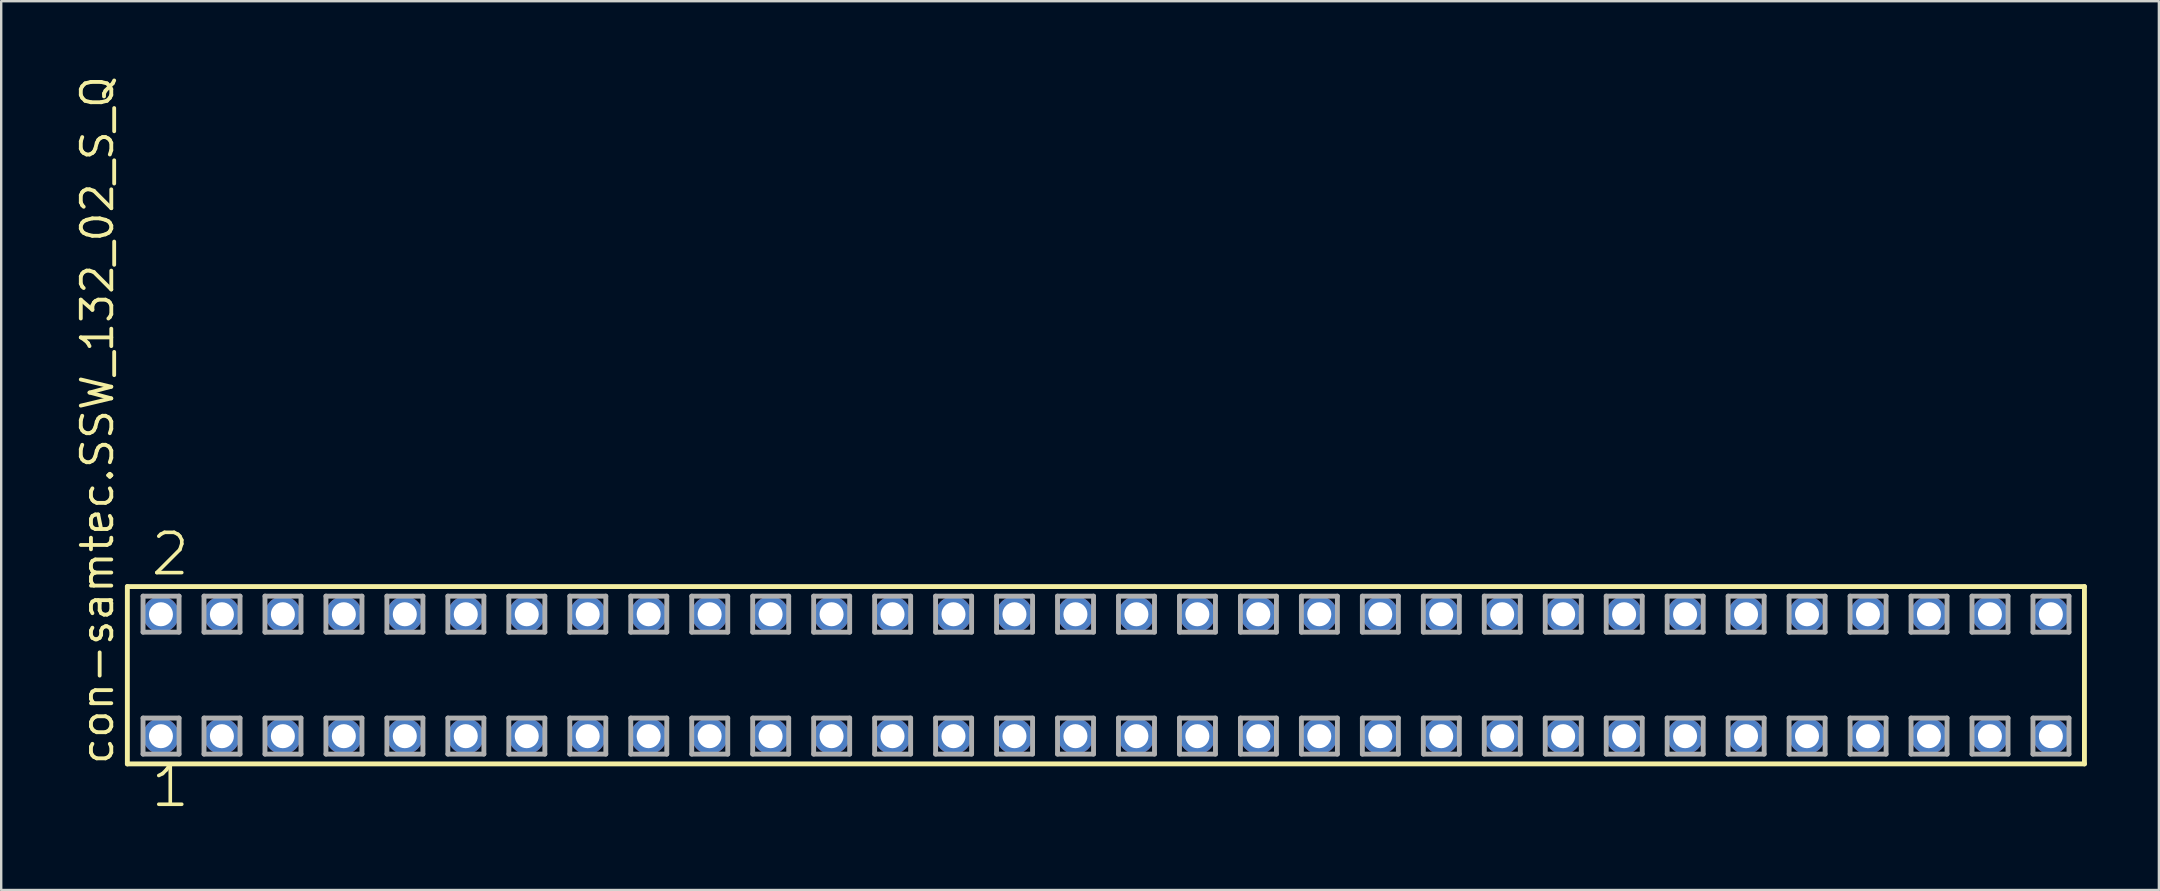
<source format=kicad_pcb>
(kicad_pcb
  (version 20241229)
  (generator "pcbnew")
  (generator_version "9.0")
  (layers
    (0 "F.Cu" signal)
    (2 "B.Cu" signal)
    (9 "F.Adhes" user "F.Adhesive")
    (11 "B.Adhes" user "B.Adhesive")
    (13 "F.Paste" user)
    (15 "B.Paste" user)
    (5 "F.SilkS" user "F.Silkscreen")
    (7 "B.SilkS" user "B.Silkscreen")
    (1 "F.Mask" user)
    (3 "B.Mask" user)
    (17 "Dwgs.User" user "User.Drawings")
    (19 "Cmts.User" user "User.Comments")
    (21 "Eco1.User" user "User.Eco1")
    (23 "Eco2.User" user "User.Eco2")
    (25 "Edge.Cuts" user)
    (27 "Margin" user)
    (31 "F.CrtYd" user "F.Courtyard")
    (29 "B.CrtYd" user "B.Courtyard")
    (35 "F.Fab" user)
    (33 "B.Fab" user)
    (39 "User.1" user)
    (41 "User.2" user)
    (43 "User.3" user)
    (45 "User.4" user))
  (footprint "con-samtec.SSW_132_02_S_Q"
    (layer "F.Cu")
    (at 43.025 25.082)
    (property "Reference" "con-samtec.SSW_132_02_S_Q" (at -41.275 3.81 90) (layer "F.SilkS") (effects (font (size 1.27 1.27) (thickness 0.16)) (justify left bottom)))
    (attr through_hole)
    (fp_line (start -40.769 -3.695) (end 40.769 -3.695) (stroke (width 0.203) (type default)) (layer "F.SilkS"))
    (fp_line (start -40.769 3.695) (end -40.769 -3.695) (stroke (width 0.203) (type default)) (layer "F.SilkS"))
    (fp_line (start 40.769 -3.695) (end 40.769 3.695) (stroke (width 0.203) (type default)) (layer "F.SilkS"))
    (fp_line (start 40.769 3.695) (end -40.769 3.695) (stroke (width 0.203) (type default)) (layer "F.SilkS"))
    (fp_line (start -40.115 -3.295) (end -38.615 -3.295) (stroke (width 0.203) (type default)) (layer "F.Fab"))
    (fp_line (start -40.115 -1.795) (end -40.115 -3.295) (stroke (width 0.203) (type default)) (layer "F.Fab"))
    (fp_line (start -40.115 1.785) (end -38.615 1.785) (stroke (width 0.203) (type default)) (layer "F.Fab"))
    (fp_line (start -40.115 3.285) (end -40.115 1.785) (stroke (width 0.203) (type default)) (layer "F.Fab"))
    (fp_line (start -38.615 -3.295) (end -38.615 -1.795) (stroke (width 0.203) (type default)) (layer "F.Fab"))
    (fp_line (start -38.615 -1.795) (end -40.115 -1.795) (stroke (width 0.203) (type default)) (layer "F.Fab"))
    (fp_line (start -38.615 1.785) (end -38.615 3.285) (stroke (width 0.203) (type default)) (layer "F.Fab"))
    (fp_line (start -38.615 3.285) (end -40.115 3.285) (stroke (width 0.203) (type default)) (layer "F.Fab"))
    (fp_line (start -37.575 -3.295) (end -36.075 -3.295) (stroke (width 0.203) (type default)) (layer "F.Fab"))
    (fp_line (start -37.575 -1.795) (end -37.575 -3.295) (stroke (width 0.203) (type default)) (layer "F.Fab"))
    (fp_line (start -37.575 1.785) (end -36.075 1.785) (stroke (width 0.203) (type default)) (layer "F.Fab"))
    (fp_line (start -37.575 3.285) (end -37.575 1.785) (stroke (width 0.203) (type default)) (layer "F.Fab"))
    (fp_line (start -36.075 -3.295) (end -36.075 -1.795) (stroke (width 0.203) (type default)) (layer "F.Fab"))
    (fp_line (start -36.075 -1.795) (end -37.575 -1.795) (stroke (width 0.203) (type default)) (layer "F.Fab"))
    (fp_line (start -36.075 1.785) (end -36.075 3.285) (stroke (width 0.203) (type default)) (layer "F.Fab"))
    (fp_line (start -36.075 3.285) (end -37.575 3.285) (stroke (width 0.203) (type default)) (layer "F.Fab"))
    (fp_line (start -35.035 -3.295) (end -33.535 -3.295) (stroke (width 0.203) (type default)) (layer "F.Fab"))
    (fp_line (start -35.035 -1.795) (end -35.035 -3.295) (stroke (width 0.203) (type default)) (layer "F.Fab"))
    (fp_line (start -35.035 1.785) (end -33.535 1.785) (stroke (width 0.203) (type default)) (layer "F.Fab"))
    (fp_line (start -35.035 3.285) (end -35.035 1.785) (stroke (width 0.203) (type default)) (layer "F.Fab"))
    (fp_line (start -33.535 -3.295) (end -33.535 -1.795) (stroke (width 0.203) (type default)) (layer "F.Fab"))
    (fp_line (start -33.535 -1.795) (end -35.035 -1.795) (stroke (width 0.203) (type default)) (layer "F.Fab"))
    (fp_line (start -33.535 1.785) (end -33.535 3.285) (stroke (width 0.203) (type default)) (layer "F.Fab"))
    (fp_line (start -33.535 3.285) (end -35.035 3.285) (stroke (width 0.203) (type default)) (layer "F.Fab"))
    (fp_line (start -32.495 -3.295) (end -30.995 -3.295) (stroke (width 0.203) (type default)) (layer "F.Fab"))
    (fp_line (start -32.495 -1.795) (end -32.495 -3.295) (stroke (width 0.203) (type default)) (layer "F.Fab"))
    (fp_line (start -32.495 1.785) (end -30.995 1.785) (stroke (width 0.203) (type default)) (layer "F.Fab"))
    (fp_line (start -32.495 3.285) (end -32.495 1.785) (stroke (width 0.203) (type default)) (layer "F.Fab"))
    (fp_line (start -30.995 -3.295) (end -30.995 -1.795) (stroke (width 0.203) (type default)) (layer "F.Fab"))
    (fp_line (start -30.995 -1.795) (end -32.495 -1.795) (stroke (width 0.203) (type default)) (layer "F.Fab"))
    (fp_line (start -30.995 1.785) (end -30.995 3.285) (stroke (width 0.203) (type default)) (layer "F.Fab"))
    (fp_line (start -30.995 3.285) (end -32.495 3.285) (stroke (width 0.203) (type default)) (layer "F.Fab"))
    (fp_line (start -29.955 -3.295) (end -28.455 -3.295) (stroke (width 0.203) (type default)) (layer "F.Fab"))
    (fp_line (start -29.955 -1.795) (end -29.955 -3.295) (stroke (width 0.203) (type default)) (layer "F.Fab"))
    (fp_line (start -29.955 1.785) (end -28.455 1.785) (stroke (width 0.203) (type default)) (layer "F.Fab"))
    (fp_line (start -29.955 3.285) (end -29.955 1.785) (stroke (width 0.203) (type default)) (layer "F.Fab"))
    (fp_line (start -28.455 -3.295) (end -28.455 -1.795) (stroke (width 0.203) (type default)) (layer "F.Fab"))
    (fp_line (start -28.455 -1.795) (end -29.955 -1.795) (stroke (width 0.203) (type default)) (layer "F.Fab"))
    (fp_line (start -28.455 1.785) (end -28.455 3.285) (stroke (width 0.203) (type default)) (layer "F.Fab"))
    (fp_line (start -28.455 3.285) (end -29.955 3.285) (stroke (width 0.203) (type default)) (layer "F.Fab"))
    (fp_line (start -27.415 -3.295) (end -25.915 -3.295) (stroke (width 0.203) (type default)) (layer "F.Fab"))
    (fp_line (start -27.415 -1.795) (end -27.415 -3.295) (stroke (width 0.203) (type default)) (layer "F.Fab"))
    (fp_line (start -27.415 1.785) (end -25.915 1.785) (stroke (width 0.203) (type default)) (layer "F.Fab"))
    (fp_line (start -27.415 3.285) (end -27.415 1.785) (stroke (width 0.203) (type default)) (layer "F.Fab"))
    (fp_line (start -25.915 -3.295) (end -25.915 -1.795) (stroke (width 0.203) (type default)) (layer "F.Fab"))
    (fp_line (start -25.915 -1.795) (end -27.415 -1.795) (stroke (width 0.203) (type default)) (layer "F.Fab"))
    (fp_line (start -25.915 1.785) (end -25.915 3.285) (stroke (width 0.203) (type default)) (layer "F.Fab"))
    (fp_line (start -25.915 3.285) (end -27.415 3.285) (stroke (width 0.203) (type default)) (layer "F.Fab"))
    (fp_line (start -24.875 -3.295) (end -23.375 -3.295) (stroke (width 0.203) (type default)) (layer "F.Fab"))
    (fp_line (start -24.875 -1.795) (end -24.875 -3.295) (stroke (width 0.203) (type default)) (layer "F.Fab"))
    (fp_line (start -24.875 1.785) (end -23.375 1.785) (stroke (width 0.203) (type default)) (layer "F.Fab"))
    (fp_line (start -24.875 3.285) (end -24.875 1.785) (stroke (width 0.203) (type default)) (layer "F.Fab"))
    (fp_line (start -23.375 -3.295) (end -23.375 -1.795) (stroke (width 0.203) (type default)) (layer "F.Fab"))
    (fp_line (start -23.375 -1.795) (end -24.875 -1.795) (stroke (width 0.203) (type default)) (layer "F.Fab"))
    (fp_line (start -23.375 1.785) (end -23.375 3.285) (stroke (width 0.203) (type default)) (layer "F.Fab"))
    (fp_line (start -23.375 3.285) (end -24.875 3.285) (stroke (width 0.203) (type default)) (layer "F.Fab"))
    (fp_line (start -22.335 -3.295) (end -20.835 -3.295) (stroke (width 0.203) (type default)) (layer "F.Fab"))
    (fp_line (start -22.335 -1.795) (end -22.335 -3.295) (stroke (width 0.203) (type default)) (layer "F.Fab"))
    (fp_line (start -22.335 1.785) (end -20.835 1.785) (stroke (width 0.203) (type default)) (layer "F.Fab"))
    (fp_line (start -22.335 3.285) (end -22.335 1.785) (stroke (width 0.203) (type default)) (layer "F.Fab"))
    (fp_line (start -20.835 -3.295) (end -20.835 -1.795) (stroke (width 0.203) (type default)) (layer "F.Fab"))
    (fp_line (start -20.835 -1.795) (end -22.335 -1.795) (stroke (width 0.203) (type default)) (layer "F.Fab"))
    (fp_line (start -20.835 1.785) (end -20.835 3.285) (stroke (width 0.203) (type default)) (layer "F.Fab"))
    (fp_line (start -20.835 3.285) (end -22.335 3.285) (stroke (width 0.203) (type default)) (layer "F.Fab"))
    (fp_line (start -19.795 -3.295) (end -18.295 -3.295) (stroke (width 0.203) (type default)) (layer "F.Fab"))
    (fp_line (start -19.795 -1.795) (end -19.795 -3.295) (stroke (width 0.203) (type default)) (layer "F.Fab"))
    (fp_line (start -19.795 1.785) (end -18.295 1.785) (stroke (width 0.203) (type default)) (layer "F.Fab"))
    (fp_line (start -19.795 3.285) (end -19.795 1.785) (stroke (width 0.203) (type default)) (layer "F.Fab"))
    (fp_line (start -18.295 -3.295) (end -18.295 -1.795) (stroke (width 0.203) (type default)) (layer "F.Fab"))
    (fp_line (start -18.295 -1.795) (end -19.795 -1.795) (stroke (width 0.203) (type default)) (layer "F.Fab"))
    (fp_line (start -18.295 1.785) (end -18.295 3.285) (stroke (width 0.203) (type default)) (layer "F.Fab"))
    (fp_line (start -18.295 3.285) (end -19.795 3.285) (stroke (width 0.203) (type default)) (layer "F.Fab"))
    (fp_line (start -17.255 -3.295) (end -15.755 -3.295) (stroke (width 0.203) (type default)) (layer "F.Fab"))
    (fp_line (start -17.255 -1.795) (end -17.255 -3.295) (stroke (width 0.203) (type default)) (layer "F.Fab"))
    (fp_line (start -17.255 1.785) (end -15.755 1.785) (stroke (width 0.203) (type default)) (layer "F.Fab"))
    (fp_line (start -17.255 3.285) (end -17.255 1.785) (stroke (width 0.203) (type default)) (layer "F.Fab"))
    (fp_line (start -15.755 -3.295) (end -15.755 -1.795) (stroke (width 0.203) (type default)) (layer "F.Fab"))
    (fp_line (start -15.755 -1.795) (end -17.255 -1.795) (stroke (width 0.203) (type default)) (layer "F.Fab"))
    (fp_line (start -15.755 1.785) (end -15.755 3.285) (stroke (width 0.203) (type default)) (layer "F.Fab"))
    (fp_line (start -15.755 3.285) (end -17.255 3.285) (stroke (width 0.203) (type default)) (layer "F.Fab"))
    (fp_line (start -14.715 -3.295) (end -13.215 -3.295) (stroke (width 0.203) (type default)) (layer "F.Fab"))
    (fp_line (start -14.715 -1.795) (end -14.715 -3.295) (stroke (width 0.203) (type default)) (layer "F.Fab"))
    (fp_line (start -14.715 1.785) (end -13.215 1.785) (stroke (width 0.203) (type default)) (layer "F.Fab"))
    (fp_line (start -14.715 3.285) (end -14.715 1.785) (stroke (width 0.203) (type default)) (layer "F.Fab"))
    (fp_line (start -13.215 -3.295) (end -13.215 -1.795) (stroke (width 0.203) (type default)) (layer "F.Fab"))
    (fp_line (start -13.215 -1.795) (end -14.715 -1.795) (stroke (width 0.203) (type default)) (layer "F.Fab"))
    (fp_line (start -13.215 1.785) (end -13.215 3.285) (stroke (width 0.203) (type default)) (layer "F.Fab"))
    (fp_line (start -13.215 3.285) (end -14.715 3.285) (stroke (width 0.203) (type default)) (layer "F.Fab"))
    (fp_line (start -12.175 -3.295) (end -10.675 -3.295) (stroke (width 0.203) (type default)) (layer "F.Fab"))
    (fp_line (start -12.175 -1.795) (end -12.175 -3.295) (stroke (width 0.203) (type default)) (layer "F.Fab"))
    (fp_line (start -12.175 1.785) (end -10.675 1.785) (stroke (width 0.203) (type default)) (layer "F.Fab"))
    (fp_line (start -12.175 3.285) (end -12.175 1.785) (stroke (width 0.203) (type default)) (layer "F.Fab"))
    (fp_line (start -10.675 -3.295) (end -10.675 -1.795) (stroke (width 0.203) (type default)) (layer "F.Fab"))
    (fp_line (start -10.675 -1.795) (end -12.175 -1.795) (stroke (width 0.203) (type default)) (layer "F.Fab"))
    (fp_line (start -10.675 1.785) (end -10.675 3.285) (stroke (width 0.203) (type default)) (layer "F.Fab"))
    (fp_line (start -10.675 3.285) (end -12.175 3.285) (stroke (width 0.203) (type default)) (layer "F.Fab"))
    (fp_line (start -9.635 -3.295) (end -8.135 -3.295) (stroke (width 0.203) (type default)) (layer "F.Fab"))
    (fp_line (start -9.635 -1.795) (end -9.635 -3.295) (stroke (width 0.203) (type default)) (layer "F.Fab"))
    (fp_line (start -9.635 1.785) (end -8.135 1.785) (stroke (width 0.203) (type default)) (layer "F.Fab"))
    (fp_line (start -9.635 3.285) (end -9.635 1.785) (stroke (width 0.203) (type default)) (layer "F.Fab"))
    (fp_line (start -8.135 -3.295) (end -8.135 -1.795) (stroke (width 0.203) (type default)) (layer "F.Fab"))
    (fp_line (start -8.135 -1.795) (end -9.635 -1.795) (stroke (width 0.203) (type default)) (layer "F.Fab"))
    (fp_line (start -8.135 1.785) (end -8.135 3.285) (stroke (width 0.203) (type default)) (layer "F.Fab"))
    (fp_line (start -8.135 3.285) (end -9.635 3.285) (stroke (width 0.203) (type default)) (layer "F.Fab"))
    (fp_line (start -7.095 -3.295) (end -5.595 -3.295) (stroke (width 0.203) (type default)) (layer "F.Fab"))
    (fp_line (start -7.095 -1.795) (end -7.095 -3.295) (stroke (width 0.203) (type default)) (layer "F.Fab"))
    (fp_line (start -7.095 1.785) (end -5.595 1.785) (stroke (width 0.203) (type default)) (layer "F.Fab"))
    (fp_line (start -7.095 3.285) (end -7.095 1.785) (stroke (width 0.203) (type default)) (layer "F.Fab"))
    (fp_line (start -5.595 -3.295) (end -5.595 -1.795) (stroke (width 0.203) (type default)) (layer "F.Fab"))
    (fp_line (start -5.595 -1.795) (end -7.095 -1.795) (stroke (width 0.203) (type default)) (layer "F.Fab"))
    (fp_line (start -5.595 1.785) (end -5.595 3.285) (stroke (width 0.203) (type default)) (layer "F.Fab"))
    (fp_line (start -5.595 3.285) (end -7.095 3.285) (stroke (width 0.203) (type default)) (layer "F.Fab"))
    (fp_line (start -4.555 -3.295) (end -3.055 -3.295) (stroke (width 0.203) (type default)) (layer "F.Fab"))
    (fp_line (start -4.555 -1.795) (end -4.555 -3.295) (stroke (width 0.203) (type default)) (layer "F.Fab"))
    (fp_line (start -4.555 1.785) (end -3.055 1.785) (stroke (width 0.203) (type default)) (layer "F.Fab"))
    (fp_line (start -4.555 3.285) (end -4.555 1.785) (stroke (width 0.203) (type default)) (layer "F.Fab"))
    (fp_line (start -3.055 -3.295) (end -3.055 -1.795) (stroke (width 0.203) (type default)) (layer "F.Fab"))
    (fp_line (start -3.055 -1.795) (end -4.555 -1.795) (stroke (width 0.203) (type default)) (layer "F.Fab"))
    (fp_line (start -3.055 1.785) (end -3.055 3.285) (stroke (width 0.203) (type default)) (layer "F.Fab"))
    (fp_line (start -3.055 3.285) (end -4.555 3.285) (stroke (width 0.203) (type default)) (layer "F.Fab"))
    (fp_line (start -2.015 -3.295) (end -0.515 -3.295) (stroke (width 0.203) (type default)) (layer "F.Fab"))
    (fp_line (start -2.015 -1.795) (end -2.015 -3.295) (stroke (width 0.203) (type default)) (layer "F.Fab"))
    (fp_line (start -2.015 1.785) (end -0.515 1.785) (stroke (width 0.203) (type default)) (layer "F.Fab"))
    (fp_line (start -2.015 3.285) (end -2.015 1.785) (stroke (width 0.203) (type default)) (layer "F.Fab"))
    (fp_line (start -0.515 -3.295) (end -0.515 -1.795) (stroke (width 0.203) (type default)) (layer "F.Fab"))
    (fp_line (start -0.515 -1.795) (end -2.015 -1.795) (stroke (width 0.203) (type default)) (layer "F.Fab"))
    (fp_line (start -0.515 1.785) (end -0.515 3.285) (stroke (width 0.203) (type default)) (layer "F.Fab"))
    (fp_line (start -0.515 3.285) (end -2.015 3.285) (stroke (width 0.203) (type default)) (layer "F.Fab"))
    (fp_line (start 0.525 -3.295) (end 2.025 -3.295) (stroke (width 0.203) (type default)) (layer "F.Fab"))
    (fp_line (start 0.525 -1.795) (end 0.525 -3.295) (stroke (width 0.203) (type default)) (layer "F.Fab"))
    (fp_line (start 0.525 1.785) (end 2.025 1.785) (stroke (width 0.203) (type default)) (layer "F.Fab"))
    (fp_line (start 0.525 3.285) (end 0.525 1.785) (stroke (width 0.203) (type default)) (layer "F.Fab"))
    (fp_line (start 2.025 -3.295) (end 2.025 -1.795) (stroke (width 0.203) (type default)) (layer "F.Fab"))
    (fp_line (start 2.025 -1.795) (end 0.525 -1.795) (stroke (width 0.203) (type default)) (layer "F.Fab"))
    (fp_line (start 2.025 1.785) (end 2.025 3.285) (stroke (width 0.203) (type default)) (layer "F.Fab"))
    (fp_line (start 2.025 3.285) (end 0.525 3.285) (stroke (width 0.203) (type default)) (layer "F.Fab"))
    (fp_line (start 3.065 -3.295) (end 4.565 -3.295) (stroke (width 0.203) (type default)) (layer "F.Fab"))
    (fp_line (start 3.065 -1.795) (end 3.065 -3.295) (stroke (width 0.203) (type default)) (layer "F.Fab"))
    (fp_line (start 3.065 1.785) (end 4.565 1.785) (stroke (width 0.203) (type default)) (layer "F.Fab"))
    (fp_line (start 3.065 3.285) (end 3.065 1.785) (stroke (width 0.203) (type default)) (layer "F.Fab"))
    (fp_line (start 4.565 -3.295) (end 4.565 -1.795) (stroke (width 0.203) (type default)) (layer "F.Fab"))
    (fp_line (start 4.565 -1.795) (end 3.065 -1.795) (stroke (width 0.203) (type default)) (layer "F.Fab"))
    (fp_line (start 4.565 1.785) (end 4.565 3.285) (stroke (width 0.203) (type default)) (layer "F.Fab"))
    (fp_line (start 4.565 3.285) (end 3.065 3.285) (stroke (width 0.203) (type default)) (layer "F.Fab"))
    (fp_line (start 5.605 -3.295) (end 7.105 -3.295) (stroke (width 0.203) (type default)) (layer "F.Fab"))
    (fp_line (start 5.605 -1.795) (end 5.605 -3.295) (stroke (width 0.203) (type default)) (layer "F.Fab"))
    (fp_line (start 5.605 1.785) (end 7.105 1.785) (stroke (width 0.203) (type default)) (layer "F.Fab"))
    (fp_line (start 5.605 3.285) (end 5.605 1.785) (stroke (width 0.203) (type default)) (layer "F.Fab"))
    (fp_line (start 7.105 -3.295) (end 7.105 -1.795) (stroke (width 0.203) (type default)) (layer "F.Fab"))
    (fp_line (start 7.105 -1.795) (end 5.605 -1.795) (stroke (width 0.203) (type default)) (layer "F.Fab"))
    (fp_line (start 7.105 1.785) (end 7.105 3.285) (stroke (width 0.203) (type default)) (layer "F.Fab"))
    (fp_line (start 7.105 3.285) (end 5.605 3.285) (stroke (width 0.203) (type default)) (layer "F.Fab"))
    (fp_line (start 8.145 -3.295) (end 9.645 -3.295) (stroke (width 0.203) (type default)) (layer "F.Fab"))
    (fp_line (start 8.145 -1.795) (end 8.145 -3.295) (stroke (width 0.203) (type default)) (layer "F.Fab"))
    (fp_line (start 8.145 1.785) (end 9.645 1.785) (stroke (width 0.203) (type default)) (layer "F.Fab"))
    (fp_line (start 8.145 3.285) (end 8.145 1.785) (stroke (width 0.203) (type default)) (layer "F.Fab"))
    (fp_line (start 9.645 -3.295) (end 9.645 -1.795) (stroke (width 0.203) (type default)) (layer "F.Fab"))
    (fp_line (start 9.645 -1.795) (end 8.145 -1.795) (stroke (width 0.203) (type default)) (layer "F.Fab"))
    (fp_line (start 9.645 1.785) (end 9.645 3.285) (stroke (width 0.203) (type default)) (layer "F.Fab"))
    (fp_line (start 9.645 3.285) (end 8.145 3.285) (stroke (width 0.203) (type default)) (layer "F.Fab"))
    (fp_line (start 10.685 -3.295) (end 12.185 -3.295) (stroke (width 0.203) (type default)) (layer "F.Fab"))
    (fp_line (start 10.685 -1.795) (end 10.685 -3.295) (stroke (width 0.203) (type default)) (layer "F.Fab"))
    (fp_line (start 10.685 1.785) (end 12.185 1.785) (stroke (width 0.203) (type default)) (layer "F.Fab"))
    (fp_line (start 10.685 3.285) (end 10.685 1.785) (stroke (width 0.203) (type default)) (layer "F.Fab"))
    (fp_line (start 12.185 -3.295) (end 12.185 -1.795) (stroke (width 0.203) (type default)) (layer "F.Fab"))
    (fp_line (start 12.185 -1.795) (end 10.685 -1.795) (stroke (width 0.203) (type default)) (layer "F.Fab"))
    (fp_line (start 12.185 1.785) (end 12.185 3.285) (stroke (width 0.203) (type default)) (layer "F.Fab"))
    (fp_line (start 12.185 3.285) (end 10.685 3.285) (stroke (width 0.203) (type default)) (layer "F.Fab"))
    (fp_line (start 13.225 -3.295) (end 14.725 -3.295) (stroke (width 0.203) (type default)) (layer "F.Fab"))
    (fp_line (start 13.225 -1.795) (end 13.225 -3.295) (stroke (width 0.203) (type default)) (layer "F.Fab"))
    (fp_line (start 13.225 1.785) (end 14.725 1.785) (stroke (width 0.203) (type default)) (layer "F.Fab"))
    (fp_line (start 13.225 3.285) (end 13.225 1.785) (stroke (width 0.203) (type default)) (layer "F.Fab"))
    (fp_line (start 14.725 -3.295) (end 14.725 -1.795) (stroke (width 0.203) (type default)) (layer "F.Fab"))
    (fp_line (start 14.725 -1.795) (end 13.225 -1.795) (stroke (width 0.203) (type default)) (layer "F.Fab"))
    (fp_line (start 14.725 1.785) (end 14.725 3.285) (stroke (width 0.203) (type default)) (layer "F.Fab"))
    (fp_line (start 14.725 3.285) (end 13.225 3.285) (stroke (width 0.203) (type default)) (layer "F.Fab"))
    (fp_line (start 15.765 -3.295) (end 17.265 -3.295) (stroke (width 0.203) (type default)) (layer "F.Fab"))
    (fp_line (start 15.765 -1.795) (end 15.765 -3.295) (stroke (width 0.203) (type default)) (layer "F.Fab"))
    (fp_line (start 15.765 1.785) (end 17.265 1.785) (stroke (width 0.203) (type default)) (layer "F.Fab"))
    (fp_line (start 15.765 3.285) (end 15.765 1.785) (stroke (width 0.203) (type default)) (layer "F.Fab"))
    (fp_line (start 17.265 -3.295) (end 17.265 -1.795) (stroke (width 0.203) (type default)) (layer "F.Fab"))
    (fp_line (start 17.265 -1.795) (end 15.765 -1.795) (stroke (width 0.203) (type default)) (layer "F.Fab"))
    (fp_line (start 17.265 1.785) (end 17.265 3.285) (stroke (width 0.203) (type default)) (layer "F.Fab"))
    (fp_line (start 17.265 3.285) (end 15.765 3.285) (stroke (width 0.203) (type default)) (layer "F.Fab"))
    (fp_line (start 18.305 -3.295) (end 19.805 -3.295) (stroke (width 0.203) (type default)) (layer "F.Fab"))
    (fp_line (start 18.305 -1.795) (end 18.305 -3.295) (stroke (width 0.203) (type default)) (layer "F.Fab"))
    (fp_line (start 18.305 1.785) (end 19.805 1.785) (stroke (width 0.203) (type default)) (layer "F.Fab"))
    (fp_line (start 18.305 3.285) (end 18.305 1.785) (stroke (width 0.203) (type default)) (layer "F.Fab"))
    (fp_line (start 19.805 -3.295) (end 19.805 -1.795) (stroke (width 0.203) (type default)) (layer "F.Fab"))
    (fp_line (start 19.805 -1.795) (end 18.305 -1.795) (stroke (width 0.203) (type default)) (layer "F.Fab"))
    (fp_line (start 19.805 1.785) (end 19.805 3.285) (stroke (width 0.203) (type default)) (layer "F.Fab"))
    (fp_line (start 19.805 3.285) (end 18.305 3.285) (stroke (width 0.203) (type default)) (layer "F.Fab"))
    (fp_line (start 20.845 -3.295) (end 22.345 -3.295) (stroke (width 0.203) (type default)) (layer "F.Fab"))
    (fp_line (start 20.845 -1.795) (end 20.845 -3.295) (stroke (width 0.203) (type default)) (layer "F.Fab"))
    (fp_line (start 20.845 1.785) (end 22.345 1.785) (stroke (width 0.203) (type default)) (layer "F.Fab"))
    (fp_line (start 20.845 3.285) (end 20.845 1.785) (stroke (width 0.203) (type default)) (layer "F.Fab"))
    (fp_line (start 22.345 -3.295) (end 22.345 -1.795) (stroke (width 0.203) (type default)) (layer "F.Fab"))
    (fp_line (start 22.345 -1.795) (end 20.845 -1.795) (stroke (width 0.203) (type default)) (layer "F.Fab"))
    (fp_line (start 22.345 1.785) (end 22.345 3.285) (stroke (width 0.203) (type default)) (layer "F.Fab"))
    (fp_line (start 22.345 3.285) (end 20.845 3.285) (stroke (width 0.203) (type default)) (layer "F.Fab"))
    (fp_line (start 23.385 -3.295) (end 24.885 -3.295) (stroke (width 0.203) (type default)) (layer "F.Fab"))
    (fp_line (start 23.385 -1.795) (end 23.385 -3.295) (stroke (width 0.203) (type default)) (layer "F.Fab"))
    (fp_line (start 23.385 1.785) (end 24.885 1.785) (stroke (width 0.203) (type default)) (layer "F.Fab"))
    (fp_line (start 23.385 3.285) (end 23.385 1.785) (stroke (width 0.203) (type default)) (layer "F.Fab"))
    (fp_line (start 24.885 -3.295) (end 24.885 -1.795) (stroke (width 0.203) (type default)) (layer "F.Fab"))
    (fp_line (start 24.885 -1.795) (end 23.385 -1.795) (stroke (width 0.203) (type default)) (layer "F.Fab"))
    (fp_line (start 24.885 1.785) (end 24.885 3.285) (stroke (width 0.203) (type default)) (layer "F.Fab"))
    (fp_line (start 24.885 3.285) (end 23.385 3.285) (stroke (width 0.203) (type default)) (layer "F.Fab"))
    (fp_line (start 25.925 -3.295) (end 27.425 -3.295) (stroke (width 0.203) (type default)) (layer "F.Fab"))
    (fp_line (start 25.925 -1.795) (end 25.925 -3.295) (stroke (width 0.203) (type default)) (layer "F.Fab"))
    (fp_line (start 25.925 1.785) (end 27.425 1.785) (stroke (width 0.203) (type default)) (layer "F.Fab"))
    (fp_line (start 25.925 3.285) (end 25.925 1.785) (stroke (width 0.203) (type default)) (layer "F.Fab"))
    (fp_line (start 27.425 -3.295) (end 27.425 -1.795) (stroke (width 0.203) (type default)) (layer "F.Fab"))
    (fp_line (start 27.425 -1.795) (end 25.925 -1.795) (stroke (width 0.203) (type default)) (layer "F.Fab"))
    (fp_line (start 27.425 1.785) (end 27.425 3.285) (stroke (width 0.203) (type default)) (layer "F.Fab"))
    (fp_line (start 27.425 3.285) (end 25.925 3.285) (stroke (width 0.203) (type default)) (layer "F.Fab"))
    (fp_line (start 28.465 -3.295) (end 29.965 -3.295) (stroke (width 0.203) (type default)) (layer "F.Fab"))
    (fp_line (start 28.465 -1.795) (end 28.465 -3.295) (stroke (width 0.203) (type default)) (layer "F.Fab"))
    (fp_line (start 28.465 1.785) (end 29.965 1.785) (stroke (width 0.203) (type default)) (layer "F.Fab"))
    (fp_line (start 28.465 3.285) (end 28.465 1.785) (stroke (width 0.203) (type default)) (layer "F.Fab"))
    (fp_line (start 29.965 -3.295) (end 29.965 -1.795) (stroke (width 0.203) (type default)) (layer "F.Fab"))
    (fp_line (start 29.965 -1.795) (end 28.465 -1.795) (stroke (width 0.203) (type default)) (layer "F.Fab"))
    (fp_line (start 29.965 1.785) (end 29.965 3.285) (stroke (width 0.203) (type default)) (layer "F.Fab"))
    (fp_line (start 29.965 3.285) (end 28.465 3.285) (stroke (width 0.203) (type default)) (layer "F.Fab"))
    (fp_line (start 31.005 -3.295) (end 32.505 -3.295) (stroke (width 0.203) (type default)) (layer "F.Fab"))
    (fp_line (start 31.005 -1.795) (end 31.005 -3.295) (stroke (width 0.203) (type default)) (layer "F.Fab"))
    (fp_line (start 31.005 1.785) (end 32.505 1.785) (stroke (width 0.203) (type default)) (layer "F.Fab"))
    (fp_line (start 31.005 3.285) (end 31.005 1.785) (stroke (width 0.203) (type default)) (layer "F.Fab"))
    (fp_line (start 32.505 -3.295) (end 32.505 -1.795) (stroke (width 0.203) (type default)) (layer "F.Fab"))
    (fp_line (start 32.505 -1.795) (end 31.005 -1.795) (stroke (width 0.203) (type default)) (layer "F.Fab"))
    (fp_line (start 32.505 1.785) (end 32.505 3.285) (stroke (width 0.203) (type default)) (layer "F.Fab"))
    (fp_line (start 32.505 3.285) (end 31.005 3.285) (stroke (width 0.203) (type default)) (layer "F.Fab"))
    (fp_line (start 33.545 -3.295) (end 35.045 -3.295) (stroke (width 0.203) (type default)) (layer "F.Fab"))
    (fp_line (start 33.545 -1.795) (end 33.545 -3.295) (stroke (width 0.203) (type default)) (layer "F.Fab"))
    (fp_line (start 33.545 1.785) (end 35.045 1.785) (stroke (width 0.203) (type default)) (layer "F.Fab"))
    (fp_line (start 33.545 3.285) (end 33.545 1.785) (stroke (width 0.203) (type default)) (layer "F.Fab"))
    (fp_line (start 35.045 -3.295) (end 35.045 -1.795) (stroke (width 0.203) (type default)) (layer "F.Fab"))
    (fp_line (start 35.045 -1.795) (end 33.545 -1.795) (stroke (width 0.203) (type default)) (layer "F.Fab"))
    (fp_line (start 35.045 1.785) (end 35.045 3.285) (stroke (width 0.203) (type default)) (layer "F.Fab"))
    (fp_line (start 35.045 3.285) (end 33.545 3.285) (stroke (width 0.203) (type default)) (layer "F.Fab"))
    (fp_line (start 36.085 -3.295) (end 37.585 -3.295) (stroke (width 0.203) (type default)) (layer "F.Fab"))
    (fp_line (start 36.085 -1.795) (end 36.085 -3.295) (stroke (width 0.203) (type default)) (layer "F.Fab"))
    (fp_line (start 36.085 1.785) (end 37.585 1.785) (stroke (width 0.203) (type default)) (layer "F.Fab"))
    (fp_line (start 36.085 3.285) (end 36.085 1.785) (stroke (width 0.203) (type default)) (layer "F.Fab"))
    (fp_line (start 37.585 -3.295) (end 37.585 -1.795) (stroke (width 0.203) (type default)) (layer "F.Fab"))
    (fp_line (start 37.585 -1.795) (end 36.085 -1.795) (stroke (width 0.203) (type default)) (layer "F.Fab"))
    (fp_line (start 37.585 1.785) (end 37.585 3.285) (stroke (width 0.203) (type default)) (layer "F.Fab"))
    (fp_line (start 37.585 3.285) (end 36.085 3.285) (stroke (width 0.203) (type default)) (layer "F.Fab"))
    (fp_line (start 38.625 -3.295) (end 40.125 -3.295) (stroke (width 0.203) (type default)) (layer "F.Fab"))
    (fp_line (start 38.625 -1.795) (end 38.625 -3.295) (stroke (width 0.203) (type default)) (layer "F.Fab"))
    (fp_line (start 38.625 1.785) (end 40.125 1.785) (stroke (width 0.203) (type default)) (layer "F.Fab"))
    (fp_line (start 38.625 3.285) (end 38.625 1.785) (stroke (width 0.203) (type default)) (layer "F.Fab"))
    (fp_line (start 40.125 -3.295) (end 40.125 -1.795) (stroke (width 0.203) (type default)) (layer "F.Fab"))
    (fp_line (start 40.125 -1.795) (end 38.625 -1.795) (stroke (width 0.203) (type default)) (layer "F.Fab"))
    (fp_line (start 40.125 1.785) (end 40.125 3.285) (stroke (width 0.203) (type default)) (layer "F.Fab"))
    (fp_line (start 40.125 3.285) (end 38.625 3.285) (stroke (width 0.203) (type default)) (layer "F.Fab"))
    (fp_text user "1" (at -39.878 5.588 0) (layer "F.SilkS") (effects (font (size 1.676 1.676) (thickness 0.15)) (justify left bottom)))
    (fp_text user "2" (at -39.878 -4.064 0) (layer "F.SilkS") (effects (font (size 1.676 1.676) (thickness 0.15)) (justify left bottom)))
    (pad "1" thru_hole circle (at -39.37 2.54) (size 1.5 1.5) (drill 1) (layers "*.Cu" "*.Mask"))
    (pad "2" thru_hole circle (at -39.37 -2.54) (size 1.5 1.5) (drill 1) (layers "*.Cu" "*.Mask"))
    (pad "3" thru_hole circle (at -36.83 2.54) (size 1.5 1.5) (drill 1) (layers "*.Cu" "*.Mask"))
    (pad "4" thru_hole circle (at -36.83 -2.54) (size 1.5 1.5) (drill 1) (layers "*.Cu" "*.Mask"))
    (pad "5" thru_hole circle (at -34.29 2.54) (size 1.5 1.5) (drill 1) (layers "*.Cu" "*.Mask"))
    (pad "6" thru_hole circle (at -34.29 -2.54) (size 1.5 1.5) (drill 1) (layers "*.Cu" "*.Mask"))
    (pad "7" thru_hole circle (at -31.75 2.54) (size 1.5 1.5) (drill 1) (layers "*.Cu" "*.Mask"))
    (pad "8" thru_hole circle (at -31.75 -2.54) (size 1.5 1.5) (drill 1) (layers "*.Cu" "*.Mask"))
    (pad "9" thru_hole circle (at -29.21 2.54) (size 1.5 1.5) (drill 1) (layers "*.Cu" "*.Mask"))
    (pad "10" thru_hole circle (at -29.21 -2.54) (size 1.5 1.5) (drill 1) (layers "*.Cu" "*.Mask"))
    (pad "11" thru_hole circle (at -26.67 2.54) (size 1.5 1.5) (drill 1) (layers "*.Cu" "*.Mask"))
    (pad "12" thru_hole circle (at -26.67 -2.54) (size 1.5 1.5) (drill 1) (layers "*.Cu" "*.Mask"))
    (pad "13" thru_hole circle (at -24.13 2.54) (size 1.5 1.5) (drill 1) (layers "*.Cu" "*.Mask"))
    (pad "14" thru_hole circle (at -24.13 -2.54) (size 1.5 1.5) (drill 1) (layers "*.Cu" "*.Mask"))
    (pad "15" thru_hole circle (at -21.59 2.54) (size 1.5 1.5) (drill 1) (layers "*.Cu" "*.Mask"))
    (pad "16" thru_hole circle (at -21.59 -2.54) (size 1.5 1.5) (drill 1) (layers "*.Cu" "*.Mask"))
    (pad "17" thru_hole circle (at -19.05 2.54) (size 1.5 1.5) (drill 1) (layers "*.Cu" "*.Mask"))
    (pad "18" thru_hole circle (at -19.05 -2.54) (size 1.5 1.5) (drill 1) (layers "*.Cu" "*.Mask"))
    (pad "19" thru_hole circle (at -16.51 2.54) (size 1.5 1.5) (drill 1) (layers "*.Cu" "*.Mask"))
    (pad "20" thru_hole circle (at -16.51 -2.54) (size 1.5 1.5) (drill 1) (layers "*.Cu" "*.Mask"))
    (pad "21" thru_hole circle (at -13.97 2.54) (size 1.5 1.5) (drill 1) (layers "*.Cu" "*.Mask"))
    (pad "22" thru_hole circle (at -13.97 -2.54) (size 1.5 1.5) (drill 1) (layers "*.Cu" "*.Mask"))
    (pad "23" thru_hole circle (at -11.43 2.54) (size 1.5 1.5) (drill 1) (layers "*.Cu" "*.Mask"))
    (pad "24" thru_hole circle (at -11.43 -2.54) (size 1.5 1.5) (drill 1) (layers "*.Cu" "*.Mask"))
    (pad "25" thru_hole circle (at -8.89 2.54) (size 1.5 1.5) (drill 1) (layers "*.Cu" "*.Mask"))
    (pad "26" thru_hole circle (at -8.89 -2.54) (size 1.5 1.5) (drill 1) (layers "*.Cu" "*.Mask"))
    (pad "27" thru_hole circle (at -6.35 2.54) (size 1.5 1.5) (drill 1) (layers "*.Cu" "*.Mask"))
    (pad "28" thru_hole circle (at -6.35 -2.54) (size 1.5 1.5) (drill 1) (layers "*.Cu" "*.Mask"))
    (pad "29" thru_hole circle (at -3.81 2.54) (size 1.5 1.5) (drill 1) (layers "*.Cu" "*.Mask"))
    (pad "30" thru_hole circle (at -3.81 -2.54) (size 1.5 1.5) (drill 1) (layers "*.Cu" "*.Mask"))
    (pad "31" thru_hole circle (at -1.27 2.54) (size 1.5 1.5) (drill 1) (layers "*.Cu" "*.Mask"))
    (pad "32" thru_hole circle (at -1.27 -2.54) (size 1.5 1.5) (drill 1) (layers "*.Cu" "*.Mask"))
    (pad "33" thru_hole circle (at 1.27 2.54) (size 1.5 1.5) (drill 1) (layers "*.Cu" "*.Mask"))
    (pad "34" thru_hole circle (at 1.27 -2.54) (size 1.5 1.5) (drill 1) (layers "*.Cu" "*.Mask"))
    (pad "35" thru_hole circle (at 3.81 2.54) (size 1.5 1.5) (drill 1) (layers "*.Cu" "*.Mask"))
    (pad "36" thru_hole circle (at 3.81 -2.54) (size 1.5 1.5) (drill 1) (layers "*.Cu" "*.Mask"))
    (pad "37" thru_hole circle (at 6.35 2.54) (size 1.5 1.5) (drill 1) (layers "*.Cu" "*.Mask"))
    (pad "38" thru_hole circle (at 6.35 -2.54) (size 1.5 1.5) (drill 1) (layers "*.Cu" "*.Mask"))
    (pad "39" thru_hole circle (at 8.89 2.54) (size 1.5 1.5) (drill 1) (layers "*.Cu" "*.Mask"))
    (pad "40" thru_hole circle (at 8.89 -2.54) (size 1.5 1.5) (drill 1) (layers "*.Cu" "*.Mask"))
    (pad "41" thru_hole circle (at 11.43 2.54) (size 1.5 1.5) (drill 1) (layers "*.Cu" "*.Mask"))
    (pad "42" thru_hole circle (at 11.43 -2.54) (size 1.5 1.5) (drill 1) (layers "*.Cu" "*.Mask"))
    (pad "43" thru_hole circle (at 13.97 2.54) (size 1.5 1.5) (drill 1) (layers "*.Cu" "*.Mask"))
    (pad "44" thru_hole circle (at 13.97 -2.54) (size 1.5 1.5) (drill 1) (layers "*.Cu" "*.Mask"))
    (pad "45" thru_hole circle (at 16.51 2.54) (size 1.5 1.5) (drill 1) (layers "*.Cu" "*.Mask"))
    (pad "46" thru_hole circle (at 16.51 -2.54) (size 1.5 1.5) (drill 1) (layers "*.Cu" "*.Mask"))
    (pad "47" thru_hole circle (at 19.05 2.54) (size 1.5 1.5) (drill 1) (layers "*.Cu" "*.Mask"))
    (pad "48" thru_hole circle (at 19.05 -2.54) (size 1.5 1.5) (drill 1) (layers "*.Cu" "*.Mask"))
    (pad "49" thru_hole circle (at 21.59 2.54) (size 1.5 1.5) (drill 1) (layers "*.Cu" "*.Mask"))
    (pad "50" thru_hole circle (at 21.59 -2.54) (size 1.5 1.5) (drill 1) (layers "*.Cu" "*.Mask"))
    (pad "51" thru_hole circle (at 24.13 2.54) (size 1.5 1.5) (drill 1) (layers "*.Cu" "*.Mask"))
    (pad "52" thru_hole circle (at 24.13 -2.54) (size 1.5 1.5) (drill 1) (layers "*.Cu" "*.Mask"))
    (pad "53" thru_hole circle (at 26.67 2.54) (size 1.5 1.5) (drill 1) (layers "*.Cu" "*.Mask"))
    (pad "54" thru_hole circle (at 26.67 -2.54) (size 1.5 1.5) (drill 1) (layers "*.Cu" "*.Mask"))
    (pad "55" thru_hole circle (at 29.21 2.54) (size 1.5 1.5) (drill 1) (layers "*.Cu" "*.Mask"))
    (pad "56" thru_hole circle (at 29.21 -2.54) (size 1.5 1.5) (drill 1) (layers "*.Cu" "*.Mask"))
    (pad "57" thru_hole circle (at 31.75 2.54) (size 1.5 1.5) (drill 1) (layers "*.Cu" "*.Mask"))
    (pad "58" thru_hole circle (at 31.75 -2.54) (size 1.5 1.5) (drill 1) (layers "*.Cu" "*.Mask"))
    (pad "59" thru_hole circle (at 34.29 2.54) (size 1.5 1.5) (drill 1) (layers "*.Cu" "*.Mask"))
    (pad "60" thru_hole circle (at 34.29 -2.54) (size 1.5 1.5) (drill 1) (layers "*.Cu" "*.Mask"))
    (pad "61" thru_hole circle (at 36.83 2.54) (size 1.5 1.5) (drill 1) (layers "*.Cu" "*.Mask"))
    (pad "62" thru_hole circle (at 36.83 -2.54) (size 1.5 1.5) (drill 1) (layers "*.Cu" "*.Mask"))
    (pad "63" thru_hole circle (at 39.37 2.54) (size 1.5 1.5) (drill 1) (layers "*.Cu" "*.Mask"))
    (pad "64" thru_hole circle (at 39.37 -2.54) (size 1.5 1.5) (drill 1) (layers "*.Cu" "*.Mask")))
  (gr_rect
    (start -3 -3)
    (end 86.896 34.031)
    (stroke (width 0.1) (type default))
    (fill no)
    (layer "Edge.Cuts")))
</source>
